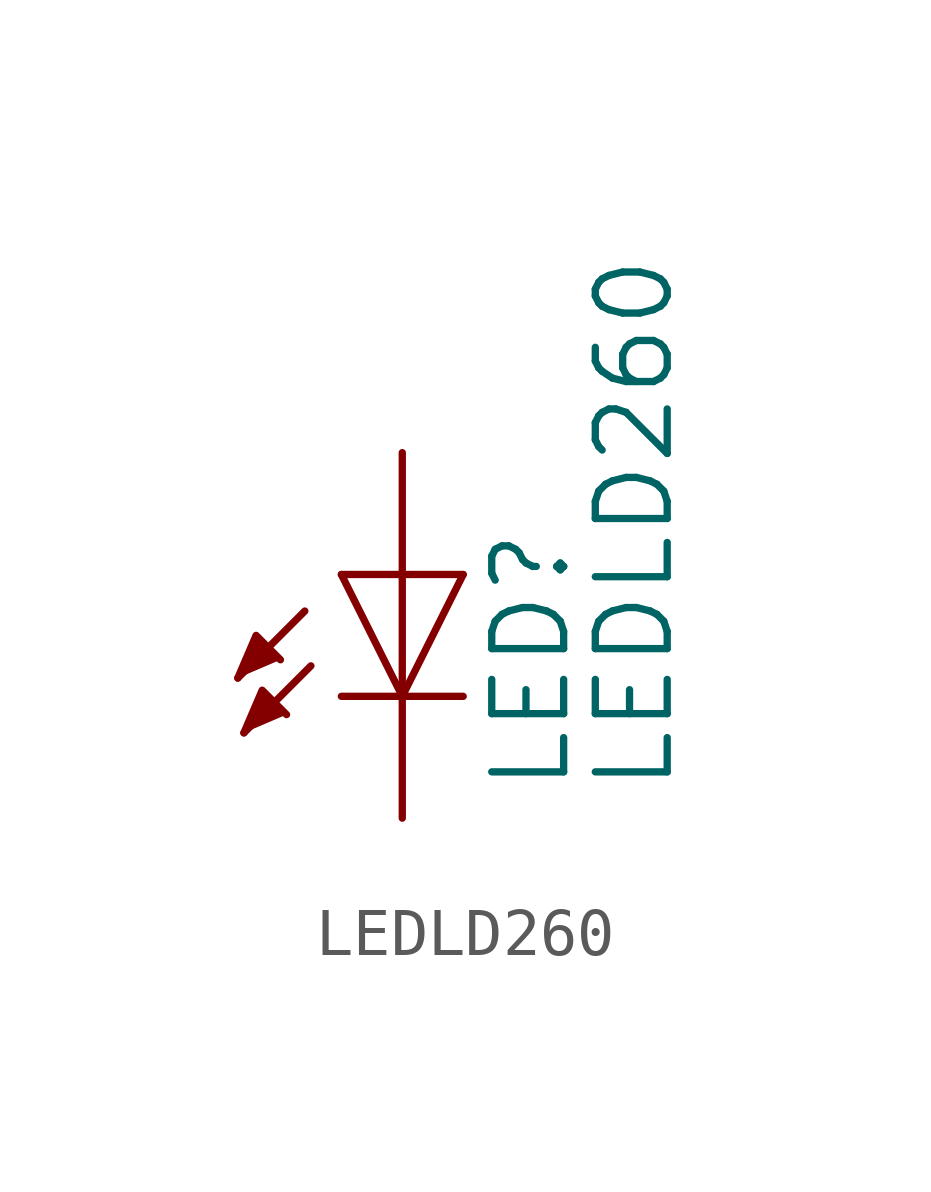
<source format=kicad_sym>
(kicad_symbol_lib
  (version 20211014)
  (generator kicad_symbol_editor)
  (symbol "LEDLD260"
    (pin_names
      (offset 1.016))
    (property "Reference" "LED"
      (at 3.556 -4.572 90)
      (effects (font (size 1.499 1.499)) (justify left bottom)))
    (property "Value" "LEDLD260"
      (at 5.715 -4.572 90)
      (effects (font (size 1.499 1.499)) (justify left bottom)))
    (property "ki_locked" ""
      (at 0 0 0)
      (effects (font (size 1.27 1.27))))
    (symbol "LEDLD260_1_0"
      (polyline (pts (xy -2.032 -0.762) (xy -3.429 -2.159)) (stroke (width 0) (type default) (color 0 0 0 0)) (fill (type none)))
      (polyline (pts (xy -1.905 -1.905) (xy -3.302 -3.302)) (stroke (width 0) (type default) (color 0 0 0 0)) (fill (type none)))
      (polyline (pts (xy 0 -2.54) (xy -1.27 -2.54)) (stroke (width 0) (type default) (color 0 0 0 0)) (fill (type none)))
      (polyline (pts (xy 0 -2.54) (xy -1.27 0)) (stroke (width 0) (type default) (color 0 0 0 0)) (fill (type none)))
      (polyline (pts (xy 0 0) (xy -1.27 0)) (stroke (width 0) (type default) (color 0 0 0 0)) (fill (type none)))
      (polyline (pts (xy 0 0) (xy 0 -2.54)) (stroke (width 0) (type default) (color 0 0 0 0)) (fill (type none)))
      (polyline (pts (xy 1.27 -2.54) (xy 0 -2.54)) (stroke (width 0) (type default) (color 0 0 0 0)) (fill (type none)))
      (polyline (pts (xy 1.27 0) (xy 0 -2.54)) (stroke (width 0) (type default) (color 0 0 0 0)) (fill (type none)))
      (polyline (pts (xy 1.27 0) (xy 0 0)) (stroke (width 0) (type default) (color 0 0 0 0)) (fill (type none)))
      (polyline (pts (xy -3.429 -2.159) (xy -3.048 -1.27) (xy -2.54 -1.778)) (stroke (width 0) (type default) (color 0 0 0 0)) (fill (type outline)))
      (polyline (pts (xy -3.302 -3.302) (xy -2.921 -2.413) (xy -2.413 -2.921)) (stroke (width 0) (type default) (color 0 0 0 0)) (fill (type outline)))
      (pin passive line (at 0 2.54 270) (length 2.54) (name "A" (effects (font (size 0 0)))) (number "A" (effects (font (size 0 0)))))
      (pin passive line (at 0 -5.08 90) (length 2.54) (name "C" (effects (font (size 0 0)))) (number "K" (effects (font (size 0 0))))))))
</source>
